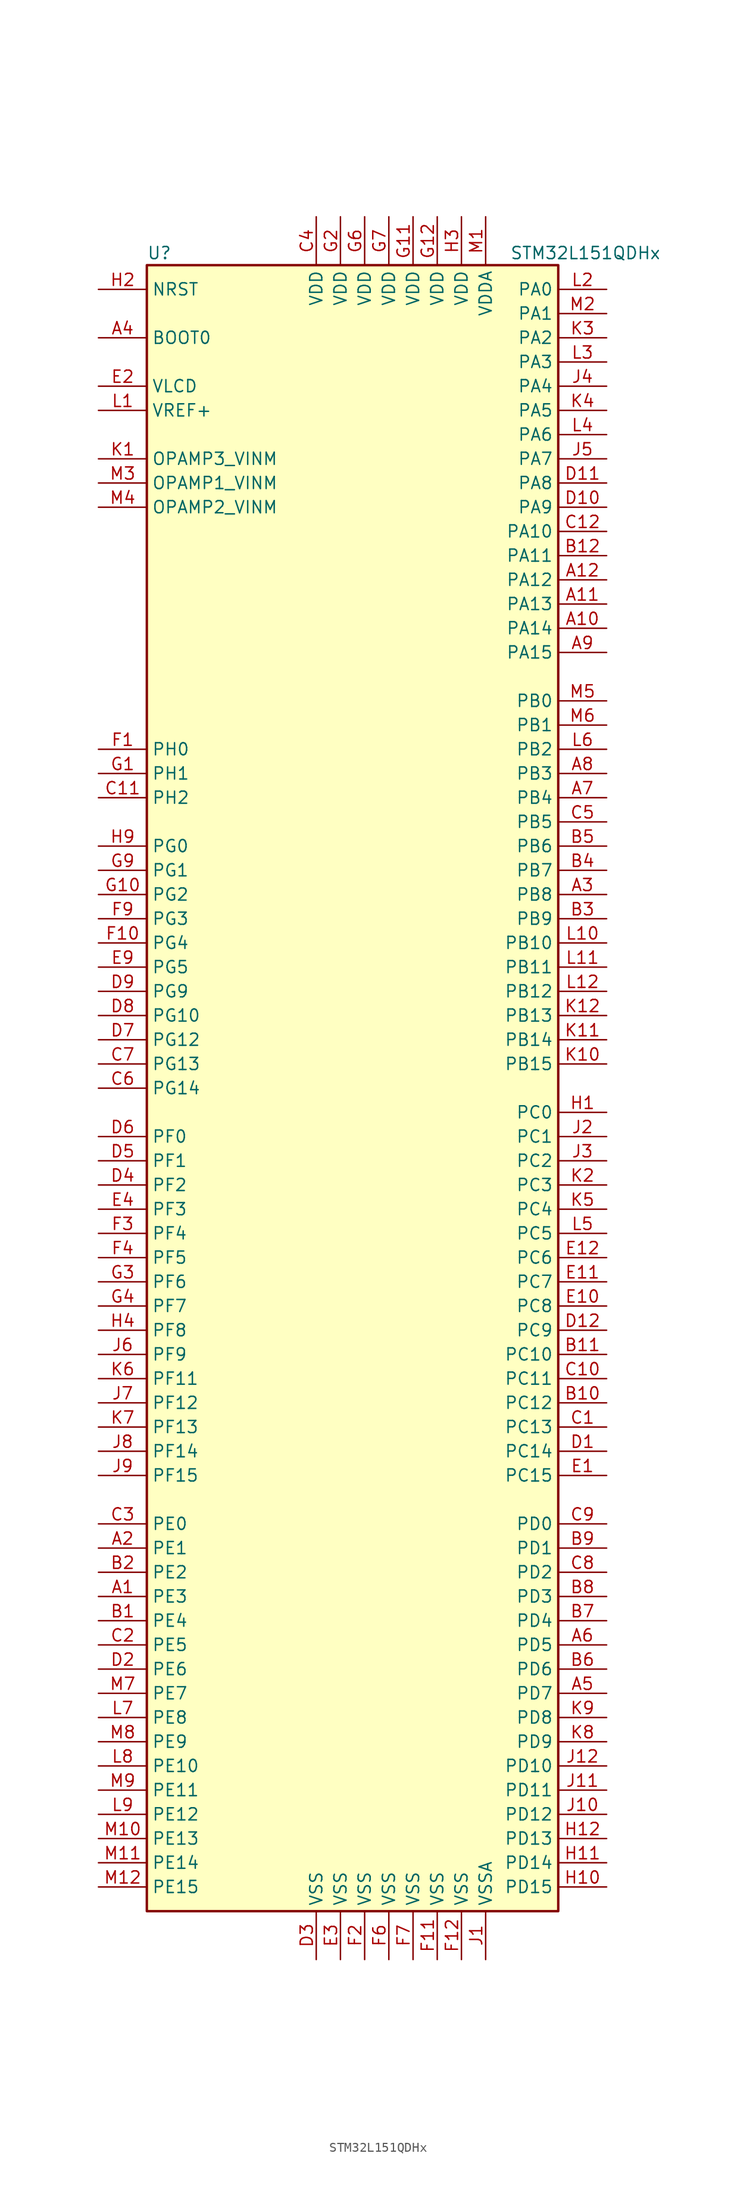
<source format=kicad_sym>
(kicad_symbol_lib
  (version 20201005)
  (generator kicad_symbol_editor)
  (symbol "MCU_ST_STM32L1:STM32L151QDHx"
    (property "Reference" "U"
      (at -22.86 87.63 0)
      (effects (font (size 1.27 1.27)) (justify left)))
    (property "Value" "STM32L151QDHx"
      (at 15.24 87.63 0)
      (effects (font (size 1.27 1.27)) (justify left)))
    (symbol "STM32L151QDHx_0_1"
      (rectangle (start -22.86 -86.36) (end 20.32 86.36) (stroke (width 0.254)) (fill (type background))))
    (symbol "STM32L151QDHx_1_1"
      (pin input line (at -27.94 78.74 0) (length 5.08) (name "BOOT0" (effects (font (size 1.27 1.27)))) (number "A4" (effects (font (size 1.27 1.27)))))
      (pin input line (at -27.94 83.82 0) (length 5.08) (name "NRST" (effects (font (size 1.27 1.27)))) (number "H2" (effects (font (size 1.27 1.27)))))
      (pin bidirectional line (at -27.94 63.5 0) (length 5.08) (name "OPAMP1_VINM" (effects (font (size 1.27 1.27)))) (number "M3" (effects (font (size 1.27 1.27)))))
      (pin bidirectional line (at -27.94 60.96 0) (length 5.08) (name "OPAMP2_VINM" (effects (font (size 1.27 1.27)))) (number "M4" (effects (font (size 1.27 1.27)))))
      (pin bidirectional line (at -27.94 66.04 0) (length 5.08) (name "OPAMP3_VINM" (effects (font (size 1.27 1.27)))) (number "K1" (effects (font (size 1.27 1.27)))))
      (pin bidirectional line (at 25.4 83.82 180) (length 5.08) (name "PA0" (effects (font (size 1.27 1.27)))) (number "L2" (effects (font (size 1.27 1.27)))))
      (pin bidirectional line (at 25.4 81.28 180) (length 5.08) (name "PA1" (effects (font (size 1.27 1.27)))) (number "M2" (effects (font (size 1.27 1.27)))))
      (pin bidirectional line (at 25.4 58.42 180) (length 5.08) (name "PA10" (effects (font (size 1.27 1.27)))) (number "C12" (effects (font (size 1.27 1.27)))))
      (pin bidirectional line (at 25.4 55.88 180) (length 5.08) (name "PA11" (effects (font (size 1.27 1.27)))) (number "B12" (effects (font (size 1.27 1.27)))))
      (pin bidirectional line (at 25.4 53.34 180) (length 5.08) (name "PA12" (effects (font (size 1.27 1.27)))) (number "A12" (effects (font (size 1.27 1.27)))))
      (pin bidirectional line (at 25.4 50.8 180) (length 5.08) (name "PA13" (effects (font (size 1.27 1.27)))) (number "A11" (effects (font (size 1.27 1.27)))))
      (pin bidirectional line (at 25.4 48.26 180) (length 5.08) (name "PA14" (effects (font (size 1.27 1.27)))) (number "A10" (effects (font (size 1.27 1.27)))))
      (pin bidirectional line (at 25.4 45.72 180) (length 5.08) (name "PA15" (effects (font (size 1.27 1.27)))) (number "A9" (effects (font (size 1.27 1.27)))))
      (pin bidirectional line (at 25.4 78.74 180) (length 5.08) (name "PA2" (effects (font (size 1.27 1.27)))) (number "K3" (effects (font (size 1.27 1.27)))))
      (pin bidirectional line (at 25.4 76.2 180) (length 5.08) (name "PA3" (effects (font (size 1.27 1.27)))) (number "L3" (effects (font (size 1.27 1.27)))))
      (pin bidirectional line (at 25.4 73.66 180) (length 5.08) (name "PA4" (effects (font (size 1.27 1.27)))) (number "J4" (effects (font (size 1.27 1.27)))))
      (pin bidirectional line (at 25.4 71.12 180) (length 5.08) (name "PA5" (effects (font (size 1.27 1.27)))) (number "K4" (effects (font (size 1.27 1.27)))))
      (pin bidirectional line (at 25.4 68.58 180) (length 5.08) (name "PA6" (effects (font (size 1.27 1.27)))) (number "L4" (effects (font (size 1.27 1.27)))))
      (pin bidirectional line (at 25.4 66.04 180) (length 5.08) (name "PA7" (effects (font (size 1.27 1.27)))) (number "J5" (effects (font (size 1.27 1.27)))))
      (pin bidirectional line (at 25.4 63.5 180) (length 5.08) (name "PA8" (effects (font (size 1.27 1.27)))) (number "D11" (effects (font (size 1.27 1.27)))))
      (pin bidirectional line (at 25.4 60.96 180) (length 5.08) (name "PA9" (effects (font (size 1.27 1.27)))) (number "D10" (effects (font (size 1.27 1.27)))))
      (pin bidirectional line (at 25.4 40.64 180) (length 5.08) (name "PB0" (effects (font (size 1.27 1.27)))) (number "M5" (effects (font (size 1.27 1.27)))))
      (pin bidirectional line (at 25.4 38.1 180) (length 5.08) (name "PB1" (effects (font (size 1.27 1.27)))) (number "M6" (effects (font (size 1.27 1.27)))))
      (pin bidirectional line (at 25.4 15.24 180) (length 5.08) (name "PB10" (effects (font (size 1.27 1.27)))) (number "L10" (effects (font (size 1.27 1.27)))))
      (pin bidirectional line (at 25.4 12.7 180) (length 5.08) (name "PB11" (effects (font (size 1.27 1.27)))) (number "L11" (effects (font (size 1.27 1.27)))))
      (pin bidirectional line (at 25.4 10.16 180) (length 5.08) (name "PB12" (effects (font (size 1.27 1.27)))) (number "L12" (effects (font (size 1.27 1.27)))))
      (pin bidirectional line (at 25.4 7.62 180) (length 5.08) (name "PB13" (effects (font (size 1.27 1.27)))) (number "K12" (effects (font (size 1.27 1.27)))))
      (pin bidirectional line (at 25.4 5.08 180) (length 5.08) (name "PB14" (effects (font (size 1.27 1.27)))) (number "K11" (effects (font (size 1.27 1.27)))))
      (pin bidirectional line (at 25.4 2.54 180) (length 5.08) (name "PB15" (effects (font (size 1.27 1.27)))) (number "K10" (effects (font (size 1.27 1.27)))))
      (pin bidirectional line (at 25.4 35.56 180) (length 5.08) (name "PB2" (effects (font (size 1.27 1.27)))) (number "L6" (effects (font (size 1.27 1.27)))))
      (pin bidirectional line (at 25.4 33.02 180) (length 5.08) (name "PB3" (effects (font (size 1.27 1.27)))) (number "A8" (effects (font (size 1.27 1.27)))))
      (pin bidirectional line (at 25.4 30.48 180) (length 5.08) (name "PB4" (effects (font (size 1.27 1.27)))) (number "A7" (effects (font (size 1.27 1.27)))))
      (pin bidirectional line (at 25.4 27.94 180) (length 5.08) (name "PB5" (effects (font (size 1.27 1.27)))) (number "C5" (effects (font (size 1.27 1.27)))))
      (pin bidirectional line (at 25.4 25.4 180) (length 5.08) (name "PB6" (effects (font (size 1.27 1.27)))) (number "B5" (effects (font (size 1.27 1.27)))))
      (pin bidirectional line (at 25.4 22.86 180) (length 5.08) (name "PB7" (effects (font (size 1.27 1.27)))) (number "B4" (effects (font (size 1.27 1.27)))))
      (pin bidirectional line (at 25.4 20.32 180) (length 5.08) (name "PB8" (effects (font (size 1.27 1.27)))) (number "A3" (effects (font (size 1.27 1.27)))))
      (pin bidirectional line (at 25.4 17.78 180) (length 5.08) (name "PB9" (effects (font (size 1.27 1.27)))) (number "B3" (effects (font (size 1.27 1.27)))))
      (pin bidirectional line (at 25.4 -2.54 180) (length 5.08) (name "PC0" (effects (font (size 1.27 1.27)))) (number "H1" (effects (font (size 1.27 1.27)))))
      (pin bidirectional line (at 25.4 -5.08 180) (length 5.08) (name "PC1" (effects (font (size 1.27 1.27)))) (number "J2" (effects (font (size 1.27 1.27)))))
      (pin bidirectional line (at 25.4 -27.94 180) (length 5.08) (name "PC10" (effects (font (size 1.27 1.27)))) (number "B11" (effects (font (size 1.27 1.27)))))
      (pin bidirectional line (at 25.4 -30.48 180) (length 5.08) (name "PC11" (effects (font (size 1.27 1.27)))) (number "C10" (effects (font (size 1.27 1.27)))))
      (pin bidirectional line (at 25.4 -33.02 180) (length 5.08) (name "PC12" (effects (font (size 1.27 1.27)))) (number "B10" (effects (font (size 1.27 1.27)))))
      (pin bidirectional line (at 25.4 -35.56 180) (length 5.08) (name "PC13" (effects (font (size 1.27 1.27)))) (number "C1" (effects (font (size 1.27 1.27)))))
      (pin bidirectional line (at 25.4 -38.1 180) (length 5.08) (name "PC14" (effects (font (size 1.27 1.27)))) (number "D1" (effects (font (size 1.27 1.27)))))
      (pin bidirectional line (at 25.4 -40.64 180) (length 5.08) (name "PC15" (effects (font (size 1.27 1.27)))) (number "E1" (effects (font (size 1.27 1.27)))))
      (pin bidirectional line (at 25.4 -7.62 180) (length 5.08) (name "PC2" (effects (font (size 1.27 1.27)))) (number "J3" (effects (font (size 1.27 1.27)))))
      (pin bidirectional line (at 25.4 -10.16 180) (length 5.08) (name "PC3" (effects (font (size 1.27 1.27)))) (number "K2" (effects (font (size 1.27 1.27)))))
      (pin bidirectional line (at 25.4 -12.7 180) (length 5.08) (name "PC4" (effects (font (size 1.27 1.27)))) (number "K5" (effects (font (size 1.27 1.27)))))
      (pin bidirectional line (at 25.4 -15.24 180) (length 5.08) (name "PC5" (effects (font (size 1.27 1.27)))) (number "L5" (effects (font (size 1.27 1.27)))))
      (pin bidirectional line (at 25.4 -17.78 180) (length 5.08) (name "PC6" (effects (font (size 1.27 1.27)))) (number "E12" (effects (font (size 1.27 1.27)))))
      (pin bidirectional line (at 25.4 -20.32 180) (length 5.08) (name "PC7" (effects (font (size 1.27 1.27)))) (number "E11" (effects (font (size 1.27 1.27)))))
      (pin bidirectional line (at 25.4 -22.86 180) (length 5.08) (name "PC8" (effects (font (size 1.27 1.27)))) (number "E10" (effects (font (size 1.27 1.27)))))
      (pin bidirectional line (at 25.4 -25.4 180) (length 5.08) (name "PC9" (effects (font (size 1.27 1.27)))) (number "D12" (effects (font (size 1.27 1.27)))))
      (pin bidirectional line (at 25.4 -45.72 180) (length 5.08) (name "PD0" (effects (font (size 1.27 1.27)))) (number "C9" (effects (font (size 1.27 1.27)))))
      (pin bidirectional line (at 25.4 -48.26 180) (length 5.08) (name "PD1" (effects (font (size 1.27 1.27)))) (number "B9" (effects (font (size 1.27 1.27)))))
      (pin bidirectional line (at 25.4 -71.12 180) (length 5.08) (name "PD10" (effects (font (size 1.27 1.27)))) (number "J12" (effects (font (size 1.27 1.27)))))
      (pin bidirectional line (at 25.4 -73.66 180) (length 5.08) (name "PD11" (effects (font (size 1.27 1.27)))) (number "J11" (effects (font (size 1.27 1.27)))))
      (pin bidirectional line (at 25.4 -76.2 180) (length 5.08) (name "PD12" (effects (font (size 1.27 1.27)))) (number "J10" (effects (font (size 1.27 1.27)))))
      (pin bidirectional line (at 25.4 -78.74 180) (length 5.08) (name "PD13" (effects (font (size 1.27 1.27)))) (number "H12" (effects (font (size 1.27 1.27)))))
      (pin bidirectional line (at 25.4 -81.28 180) (length 5.08) (name "PD14" (effects (font (size 1.27 1.27)))) (number "H11" (effects (font (size 1.27 1.27)))))
      (pin bidirectional line (at 25.4 -83.82 180) (length 5.08) (name "PD15" (effects (font (size 1.27 1.27)))) (number "H10" (effects (font (size 1.27 1.27)))))
      (pin bidirectional line (at 25.4 -50.8 180) (length 5.08) (name "PD2" (effects (font (size 1.27 1.27)))) (number "C8" (effects (font (size 1.27 1.27)))))
      (pin bidirectional line (at 25.4 -53.34 180) (length 5.08) (name "PD3" (effects (font (size 1.27 1.27)))) (number "B8" (effects (font (size 1.27 1.27)))))
      (pin bidirectional line (at 25.4 -55.88 180) (length 5.08) (name "PD4" (effects (font (size 1.27 1.27)))) (number "B7" (effects (font (size 1.27 1.27)))))
      (pin bidirectional line (at 25.4 -58.42 180) (length 5.08) (name "PD5" (effects (font (size 1.27 1.27)))) (number "A6" (effects (font (size 1.27 1.27)))))
      (pin bidirectional line (at 25.4 -60.96 180) (length 5.08) (name "PD6" (effects (font (size 1.27 1.27)))) (number "B6" (effects (font (size 1.27 1.27)))))
      (pin bidirectional line (at 25.4 -63.5 180) (length 5.08) (name "PD7" (effects (font (size 1.27 1.27)))) (number "A5" (effects (font (size 1.27 1.27)))))
      (pin bidirectional line (at 25.4 -66.04 180) (length 5.08) (name "PD8" (effects (font (size 1.27 1.27)))) (number "K9" (effects (font (size 1.27 1.27)))))
      (pin bidirectional line (at 25.4 -68.58 180) (length 5.08) (name "PD9" (effects (font (size 1.27 1.27)))) (number "K8" (effects (font (size 1.27 1.27)))))
      (pin bidirectional line (at -27.94 -45.72 0) (length 5.08) (name "PE0" (effects (font (size 1.27 1.27)))) (number "C3" (effects (font (size 1.27 1.27)))))
      (pin bidirectional line (at -27.94 -48.26 0) (length 5.08) (name "PE1" (effects (font (size 1.27 1.27)))) (number "A2" (effects (font (size 1.27 1.27)))))
      (pin bidirectional line (at -27.94 -71.12 0) (length 5.08) (name "PE10" (effects (font (size 1.27 1.27)))) (number "L8" (effects (font (size 1.27 1.27)))))
      (pin bidirectional line (at -27.94 -73.66 0) (length 5.08) (name "PE11" (effects (font (size 1.27 1.27)))) (number "M9" (effects (font (size 1.27 1.27)))))
      (pin bidirectional line (at -27.94 -76.2 0) (length 5.08) (name "PE12" (effects (font (size 1.27 1.27)))) (number "L9" (effects (font (size 1.27 1.27)))))
      (pin bidirectional line (at -27.94 -78.74 0) (length 5.08) (name "PE13" (effects (font (size 1.27 1.27)))) (number "M10" (effects (font (size 1.27 1.27)))))
      (pin bidirectional line (at -27.94 -81.28 0) (length 5.08) (name "PE14" (effects (font (size 1.27 1.27)))) (number "M11" (effects (font (size 1.27 1.27)))))
      (pin bidirectional line (at -27.94 -83.82 0) (length 5.08) (name "PE15" (effects (font (size 1.27 1.27)))) (number "M12" (effects (font (size 1.27 1.27)))))
      (pin bidirectional line (at -27.94 -50.8 0) (length 5.08) (name "PE2" (effects (font (size 1.27 1.27)))) (number "B2" (effects (font (size 1.27 1.27)))))
      (pin bidirectional line (at -27.94 -53.34 0) (length 5.08) (name "PE3" (effects (font (size 1.27 1.27)))) (number "A1" (effects (font (size 1.27 1.27)))))
      (pin bidirectional line (at -27.94 -55.88 0) (length 5.08) (name "PE4" (effects (font (size 1.27 1.27)))) (number "B1" (effects (font (size 1.27 1.27)))))
      (pin bidirectional line (at -27.94 -58.42 0) (length 5.08) (name "PE5" (effects (font (size 1.27 1.27)))) (number "C2" (effects (font (size 1.27 1.27)))))
      (pin bidirectional line (at -27.94 -60.96 0) (length 5.08) (name "PE6" (effects (font (size 1.27 1.27)))) (number "D2" (effects (font (size 1.27 1.27)))))
      (pin bidirectional line (at -27.94 -63.5 0) (length 5.08) (name "PE7" (effects (font (size 1.27 1.27)))) (number "M7" (effects (font (size 1.27 1.27)))))
      (pin bidirectional line (at -27.94 -66.04 0) (length 5.08) (name "PE8" (effects (font (size 1.27 1.27)))) (number "L7" (effects (font (size 1.27 1.27)))))
      (pin bidirectional line (at -27.94 -68.58 0) (length 5.08) (name "PE9" (effects (font (size 1.27 1.27)))) (number "M8" (effects (font (size 1.27 1.27)))))
      (pin bidirectional line (at -27.94 -5.08 0) (length 5.08) (name "PF0" (effects (font (size 1.27 1.27)))) (number "D6" (effects (font (size 1.27 1.27)))))
      (pin bidirectional line (at -27.94 -7.62 0) (length 5.08) (name "PF1" (effects (font (size 1.27 1.27)))) (number "D5" (effects (font (size 1.27 1.27)))))
      (pin bidirectional line (at -27.94 -30.48 0) (length 5.08) (name "PF11" (effects (font (size 1.27 1.27)))) (number "K6" (effects (font (size 1.27 1.27)))))
      (pin bidirectional line (at -27.94 -33.02 0) (length 5.08) (name "PF12" (effects (font (size 1.27 1.27)))) (number "J7" (effects (font (size 1.27 1.27)))))
      (pin bidirectional line (at -27.94 -35.56 0) (length 5.08) (name "PF13" (effects (font (size 1.27 1.27)))) (number "K7" (effects (font (size 1.27 1.27)))))
      (pin bidirectional line (at -27.94 -38.1 0) (length 5.08) (name "PF14" (effects (font (size 1.27 1.27)))) (number "J8" (effects (font (size 1.27 1.27)))))
      (pin bidirectional line (at -27.94 -40.64 0) (length 5.08) (name "PF15" (effects (font (size 1.27 1.27)))) (number "J9" (effects (font (size 1.27 1.27)))))
      (pin bidirectional line (at -27.94 -10.16 0) (length 5.08) (name "PF2" (effects (font (size 1.27 1.27)))) (number "D4" (effects (font (size 1.27 1.27)))))
      (pin bidirectional line (at -27.94 -12.7 0) (length 5.08) (name "PF3" (effects (font (size 1.27 1.27)))) (number "E4" (effects (font (size 1.27 1.27)))))
      (pin bidirectional line (at -27.94 -15.24 0) (length 5.08) (name "PF4" (effects (font (size 1.27 1.27)))) (number "F3" (effects (font (size 1.27 1.27)))))
      (pin bidirectional line (at -27.94 -17.78 0) (length 5.08) (name "PF5" (effects (font (size 1.27 1.27)))) (number "F4" (effects (font (size 1.27 1.27)))))
      (pin bidirectional line (at -27.94 -20.32 0) (length 5.08) (name "PF6" (effects (font (size 1.27 1.27)))) (number "G3" (effects (font (size 1.27 1.27)))))
      (pin bidirectional line (at -27.94 -22.86 0) (length 5.08) (name "PF7" (effects (font (size 1.27 1.27)))) (number "G4" (effects (font (size 1.27 1.27)))))
      (pin bidirectional line (at -27.94 -25.4 0) (length 5.08) (name "PF8" (effects (font (size 1.27 1.27)))) (number "H4" (effects (font (size 1.27 1.27)))))
      (pin bidirectional line (at -27.94 -27.94 0) (length 5.08) (name "PF9" (effects (font (size 1.27 1.27)))) (number "J6" (effects (font (size 1.27 1.27)))))
      (pin bidirectional line (at -27.94 25.4 0) (length 5.08) (name "PG0" (effects (font (size 1.27 1.27)))) (number "H9" (effects (font (size 1.27 1.27)))))
      (pin bidirectional line (at -27.94 22.86 0) (length 5.08) (name "PG1" (effects (font (size 1.27 1.27)))) (number "G9" (effects (font (size 1.27 1.27)))))
      (pin bidirectional line (at -27.94 7.62 0) (length 5.08) (name "PG10" (effects (font (size 1.27 1.27)))) (number "D8" (effects (font (size 1.27 1.27)))))
      (pin bidirectional line (at -27.94 5.08 0) (length 5.08) (name "PG12" (effects (font (size 1.27 1.27)))) (number "D7" (effects (font (size 1.27 1.27)))))
      (pin bidirectional line (at -27.94 2.54 0) (length 5.08) (name "PG13" (effects (font (size 1.27 1.27)))) (number "C7" (effects (font (size 1.27 1.27)))))
      (pin bidirectional line (at -27.94 0 0) (length 5.08) (name "PG14" (effects (font (size 1.27 1.27)))) (number "C6" (effects (font (size 1.27 1.27)))))
      (pin bidirectional line (at -27.94 20.32 0) (length 5.08) (name "PG2" (effects (font (size 1.27 1.27)))) (number "G10" (effects (font (size 1.27 1.27)))))
      (pin bidirectional line (at -27.94 17.78 0) (length 5.08) (name "PG3" (effects (font (size 1.27 1.27)))) (number "F9" (effects (font (size 1.27 1.27)))))
      (pin bidirectional line (at -27.94 15.24 0) (length 5.08) (name "PG4" (effects (font (size 1.27 1.27)))) (number "F10" (effects (font (size 1.27 1.27)))))
      (pin bidirectional line (at -27.94 12.7 0) (length 5.08) (name "PG5" (effects (font (size 1.27 1.27)))) (number "E9" (effects (font (size 1.27 1.27)))))
      (pin bidirectional line (at -27.94 10.16 0) (length 5.08) (name "PG9" (effects (font (size 1.27 1.27)))) (number "D9" (effects (font (size 1.27 1.27)))))
      (pin input line (at -27.94 35.56 0) (length 5.08) (name "PH0" (effects (font (size 1.27 1.27)))) (number "F1" (effects (font (size 1.27 1.27)))))
      (pin input line (at -27.94 33.02 0) (length 5.08) (name "PH1" (effects (font (size 1.27 1.27)))) (number "G1" (effects (font (size 1.27 1.27)))))
      (pin bidirectional line (at -27.94 30.48 0) (length 5.08) (name "PH2" (effects (font (size 1.27 1.27)))) (number "C11" (effects (font (size 1.27 1.27)))))
      (pin power_in line (at -5.08 91.44 270) (length 5.08) (name "VDD" (effects (font (size 1.27 1.27)))) (number "C4" (effects (font (size 1.27 1.27)))))
      (pin power_in line (at 5.08 91.44 270) (length 5.08) (name "VDD" (effects (font (size 1.27 1.27)))) (number "G11" (effects (font (size 1.27 1.27)))))
      (pin power_in line (at 7.62 91.44 270) (length 5.08) (name "VDD" (effects (font (size 1.27 1.27)))) (number "G12" (effects (font (size 1.27 1.27)))))
      (pin power_in line (at -2.54 91.44 270) (length 5.08) (name "VDD" (effects (font (size 1.27 1.27)))) (number "G2" (effects (font (size 1.27 1.27)))))
      (pin power_in line (at 0 91.44 270) (length 5.08) (name "VDD" (effects (font (size 1.27 1.27)))) (number "G6" (effects (font (size 1.27 1.27)))))
      (pin power_in line (at 2.54 91.44 270) (length 5.08) (name "VDD" (effects (font (size 1.27 1.27)))) (number "G7" (effects (font (size 1.27 1.27)))))
      (pin power_in line (at 10.16 91.44 270) (length 5.08) (name "VDD" (effects (font (size 1.27 1.27)))) (number "H3" (effects (font (size 1.27 1.27)))))
      (pin power_in line (at 12.7 91.44 270) (length 5.08) (name "VDDA" (effects (font (size 1.27 1.27)))) (number "M1" (effects (font (size 1.27 1.27)))))
      (pin power_in line (at -27.94 73.66 0) (length 5.08) (name "VLCD" (effects (font (size 1.27 1.27)))) (number "E2" (effects (font (size 1.27 1.27)))))
      (pin power_in line (at -27.94 71.12 0) (length 5.08) (name "VREF+" (effects (font (size 1.27 1.27)))) (number "L1" (effects (font (size 1.27 1.27)))))
      (pin power_in line (at -5.08 -91.44 90) (length 5.08) (name "VSS" (effects (font (size 1.27 1.27)))) (number "D3" (effects (font (size 1.27 1.27)))))
      (pin power_in line (at -2.54 -91.44 90) (length 5.08) (name "VSS" (effects (font (size 1.27 1.27)))) (number "E3" (effects (font (size 1.27 1.27)))))
      (pin power_in line (at 7.62 -91.44 90) (length 5.08) (name "VSS" (effects (font (size 1.27 1.27)))) (number "F11" (effects (font (size 1.27 1.27)))))
      (pin power_in line (at 10.16 -91.44 90) (length 5.08) (name "VSS" (effects (font (size 1.27 1.27)))) (number "F12" (effects (font (size 1.27 1.27)))))
      (pin power_in line (at 0 -91.44 90) (length 5.08) (name "VSS" (effects (font (size 1.27 1.27)))) (number "F2" (effects (font (size 1.27 1.27)))))
      (pin power_in line (at 2.54 -91.44 90) (length 5.08) (name "VSS" (effects (font (size 1.27 1.27)))) (number "F6" (effects (font (size 1.27 1.27)))))
      (pin power_in line (at 5.08 -91.44 90) (length 5.08) (name "VSS" (effects (font (size 1.27 1.27)))) (number "F7" (effects (font (size 1.27 1.27)))))
      (pin power_in line (at 12.7 -91.44 90) (length 5.08) (name "VSSA" (effects (font (size 1.27 1.27)))) (number "J1" (effects (font (size 1.27 1.27))))))))
</source>
